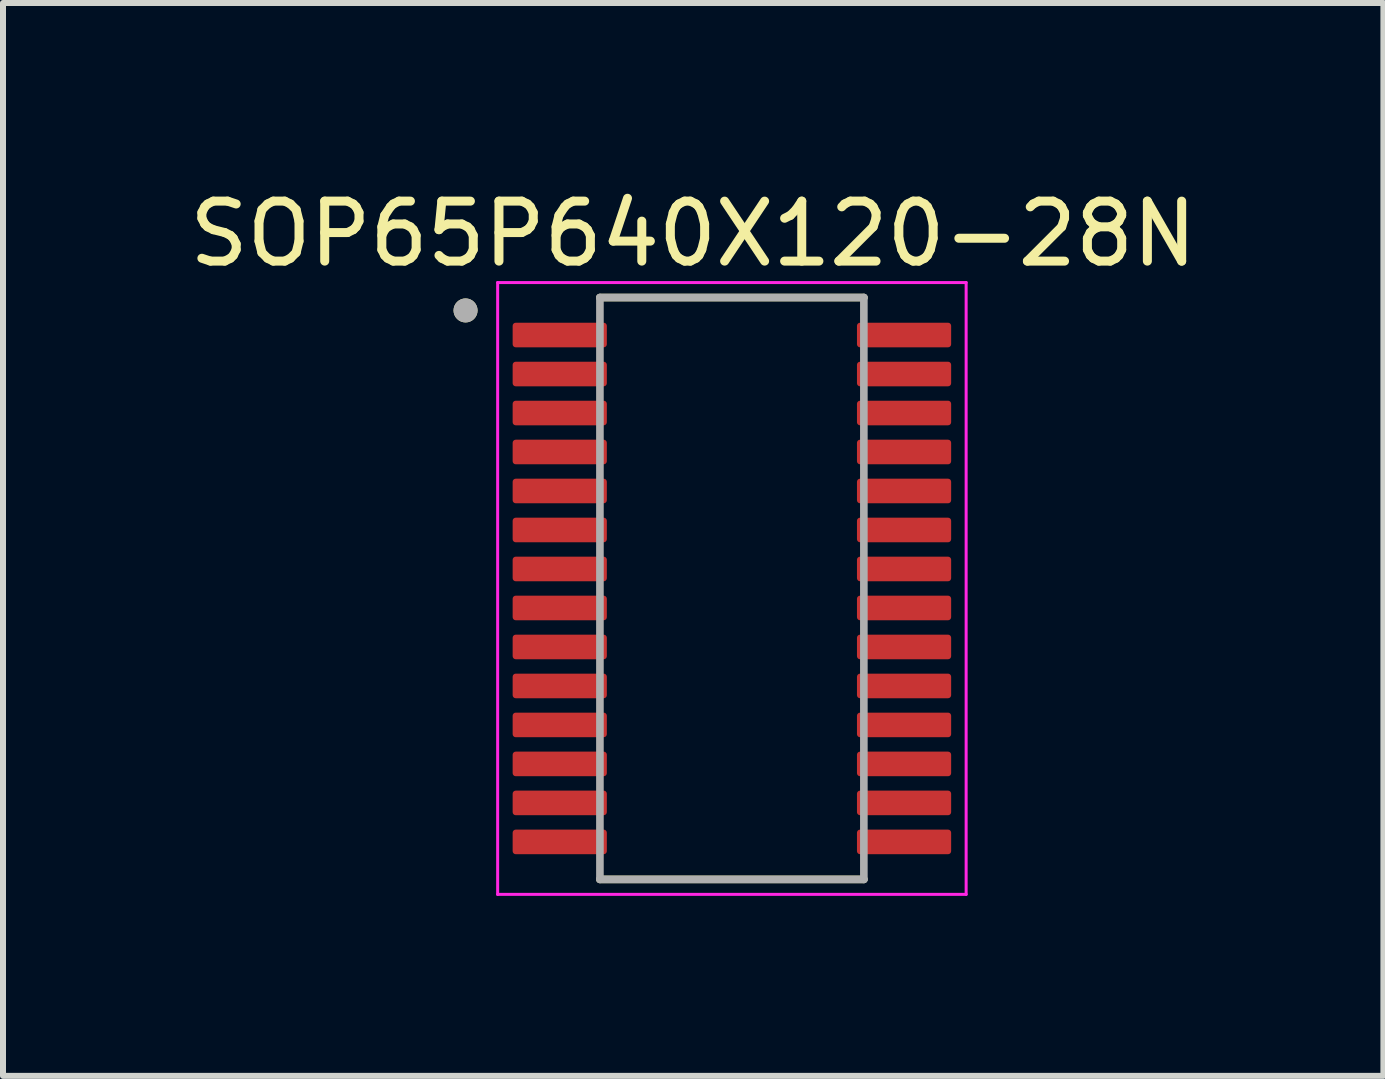
<source format=kicad_pcb>
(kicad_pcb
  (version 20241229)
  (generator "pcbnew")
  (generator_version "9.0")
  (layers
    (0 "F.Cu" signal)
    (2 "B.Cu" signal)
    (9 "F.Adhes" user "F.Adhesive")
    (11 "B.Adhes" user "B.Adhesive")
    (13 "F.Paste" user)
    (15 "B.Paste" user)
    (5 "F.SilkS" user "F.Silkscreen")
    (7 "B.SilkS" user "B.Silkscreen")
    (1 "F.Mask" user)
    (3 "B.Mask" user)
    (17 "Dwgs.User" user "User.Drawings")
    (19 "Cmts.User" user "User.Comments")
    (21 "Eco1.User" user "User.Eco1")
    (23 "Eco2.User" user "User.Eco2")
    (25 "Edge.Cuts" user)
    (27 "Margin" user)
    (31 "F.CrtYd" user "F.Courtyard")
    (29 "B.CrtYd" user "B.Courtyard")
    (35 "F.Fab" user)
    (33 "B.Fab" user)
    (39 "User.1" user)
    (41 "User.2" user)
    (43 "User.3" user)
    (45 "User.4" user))
  (footprint "SOP65P640X120-28N"
    (layer "F.Cu")
    (at 9.151 6.76)
    (property "Reference" "SOP65P640X120-28N" (at -0.645 -5.912 0) (layer "F.SilkS") (effects (font (size 1 1) (thickness 0.15))))
    (attr smd)
    (fp_line (start -2.2 -4.85) (end 2.2 -4.85) (stroke (width 0.127) (type solid)) (layer "F.SilkS"))
    (fp_line (start -2.2 4.85) (end 2.2 4.85) (stroke (width 0.127) (type solid)) (layer "F.SilkS"))
    (fp_circle (center -4.44 -4.635) (end -4.34 -4.635) (stroke (width 0.2) (type solid)) (fill no) (layer "F.SilkS"))
    (fp_line (start -3.905 -5.1) (end -3.905 5.1) (stroke (width 0.05) (type solid)) (layer "F.CrtYd"))
    (fp_line (start -3.905 -5.1) (end 3.905 -5.1) (stroke (width 0.05) (type solid)) (layer "F.CrtYd"))
    (fp_line (start -3.905 5.1) (end 3.905 5.1) (stroke (width 0.05) (type solid)) (layer "F.CrtYd"))
    (fp_line (start 3.905 -5.1) (end 3.905 5.1) (stroke (width 0.05) (type solid)) (layer "F.CrtYd"))
    (fp_line (start -2.2 -4.85) (end -2.2 4.85) (stroke (width 0.127) (type solid)) (layer "F.Fab"))
    (fp_line (start -2.2 -4.85) (end 2.2 -4.85) (stroke (width 0.127) (type solid)) (layer "F.Fab"))
    (fp_line (start -2.2 4.85) (end 2.2 4.85) (stroke (width 0.127) (type solid)) (layer "F.Fab"))
    (fp_line (start 2.2 -4.85) (end 2.2 4.85) (stroke (width 0.127) (type solid)) (layer "F.Fab"))
    (fp_circle (center -4.44 -4.635) (end -4.34 -4.635) (stroke (width 0.2) (type solid)) (fill no) (layer "F.Fab"))
    (pad "1" smd roundrect (at -2.87 -4.225) (size 1.57 0.41) (layers "F.Cu" "F.Mask" "F.Paste") (roundrect_rratio 0.125))
    (pad "2" smd roundrect (at -2.87 -3.575) (size 1.57 0.41) (layers "F.Cu" "F.Mask" "F.Paste") (roundrect_rratio 0.125))
    (pad "3" smd roundrect (at -2.87 -2.925) (size 1.57 0.41) (layers "F.Cu" "F.Mask" "F.Paste") (roundrect_rratio 0.125))
    (pad "4" smd roundrect (at -2.87 -2.275) (size 1.57 0.41) (layers "F.Cu" "F.Mask" "F.Paste") (roundrect_rratio 0.125))
    (pad "5" smd roundrect (at -2.87 -1.625) (size 1.57 0.41) (layers "F.Cu" "F.Mask" "F.Paste") (roundrect_rratio 0.125))
    (pad "6" smd roundrect (at -2.87 -0.975) (size 1.57 0.41) (layers "F.Cu" "F.Mask" "F.Paste") (roundrect_rratio 0.125))
    (pad "7" smd roundrect (at -2.87 -0.325) (size 1.57 0.41) (layers "F.Cu" "F.Mask" "F.Paste") (roundrect_rratio 0.125))
    (pad "8" smd roundrect (at -2.87 0.325) (size 1.57 0.41) (layers "F.Cu" "F.Mask" "F.Paste") (roundrect_rratio 0.125))
    (pad "9" smd roundrect (at -2.87 0.975) (size 1.57 0.41) (layers "F.Cu" "F.Mask" "F.Paste") (roundrect_rratio 0.125))
    (pad "10" smd roundrect (at -2.87 1.625) (size 1.57 0.41) (layers "F.Cu" "F.Mask" "F.Paste") (roundrect_rratio 0.125))
    (pad "11" smd roundrect (at -2.87 2.275) (size 1.57 0.41) (layers "F.Cu" "F.Mask" "F.Paste") (roundrect_rratio 0.125))
    (pad "12" smd roundrect (at -2.87 2.925) (size 1.57 0.41) (layers "F.Cu" "F.Mask" "F.Paste") (roundrect_rratio 0.125))
    (pad "13" smd roundrect (at -2.87 3.575) (size 1.57 0.41) (layers "F.Cu" "F.Mask" "F.Paste") (roundrect_rratio 0.125))
    (pad "14" smd roundrect (at -2.87 4.225) (size 1.57 0.41) (layers "F.Cu" "F.Mask" "F.Paste") (roundrect_rratio 0.125))
    (pad "15" smd roundrect (at 2.87 4.225) (size 1.57 0.41) (layers "F.Cu" "F.Mask" "F.Paste") (roundrect_rratio 0.125))
    (pad "16" smd roundrect (at 2.87 3.575) (size 1.57 0.41) (layers "F.Cu" "F.Mask" "F.Paste") (roundrect_rratio 0.125))
    (pad "17" smd roundrect (at 2.87 2.925) (size 1.57 0.41) (layers "F.Cu" "F.Mask" "F.Paste") (roundrect_rratio 0.125))
    (pad "18" smd roundrect (at 2.87 2.275) (size 1.57 0.41) (layers "F.Cu" "F.Mask" "F.Paste") (roundrect_rratio 0.125))
    (pad "19" smd roundrect (at 2.87 1.625) (size 1.57 0.41) (layers "F.Cu" "F.Mask" "F.Paste") (roundrect_rratio 0.125))
    (pad "20" smd roundrect (at 2.87 0.975) (size 1.57 0.41) (layers "F.Cu" "F.Mask" "F.Paste") (roundrect_rratio 0.125))
    (pad "21" smd roundrect (at 2.87 0.325) (size 1.57 0.41) (layers "F.Cu" "F.Mask" "F.Paste") (roundrect_rratio 0.125))
    (pad "22" smd roundrect (at 2.87 -0.325) (size 1.57 0.41) (layers "F.Cu" "F.Mask" "F.Paste") (roundrect_rratio 0.125))
    (pad "23" smd roundrect (at 2.87 -0.975) (size 1.57 0.41) (layers "F.Cu" "F.Mask" "F.Paste") (roundrect_rratio 0.125))
    (pad "24" smd roundrect (at 2.87 -1.625) (size 1.57 0.41) (layers "F.Cu" "F.Mask" "F.Paste") (roundrect_rratio 0.125))
    (pad "25" smd roundrect (at 2.87 -2.275) (size 1.57 0.41) (layers "F.Cu" "F.Mask" "F.Paste") (roundrect_rratio 0.125))
    (pad "26" smd roundrect (at 2.87 -2.925) (size 1.57 0.41) (layers "F.Cu" "F.Mask" "F.Paste") (roundrect_rratio 0.125))
    (pad "27" smd roundrect (at 2.87 -3.575) (size 1.57 0.41) (layers "F.Cu" "F.Mask" "F.Paste") (roundrect_rratio 0.125))
    (pad "28" smd roundrect (at 2.87 -4.225) (size 1.57 0.41) (layers "F.Cu" "F.Mask" "F.Paste") (roundrect_rratio 0.125)))
  (gr_rect
    (start -3 -3)
    (end 20.012 14.885)
    (stroke (width 0.1) (type default))
    (fill no)
    (layer "Edge.Cuts")))
</source>
